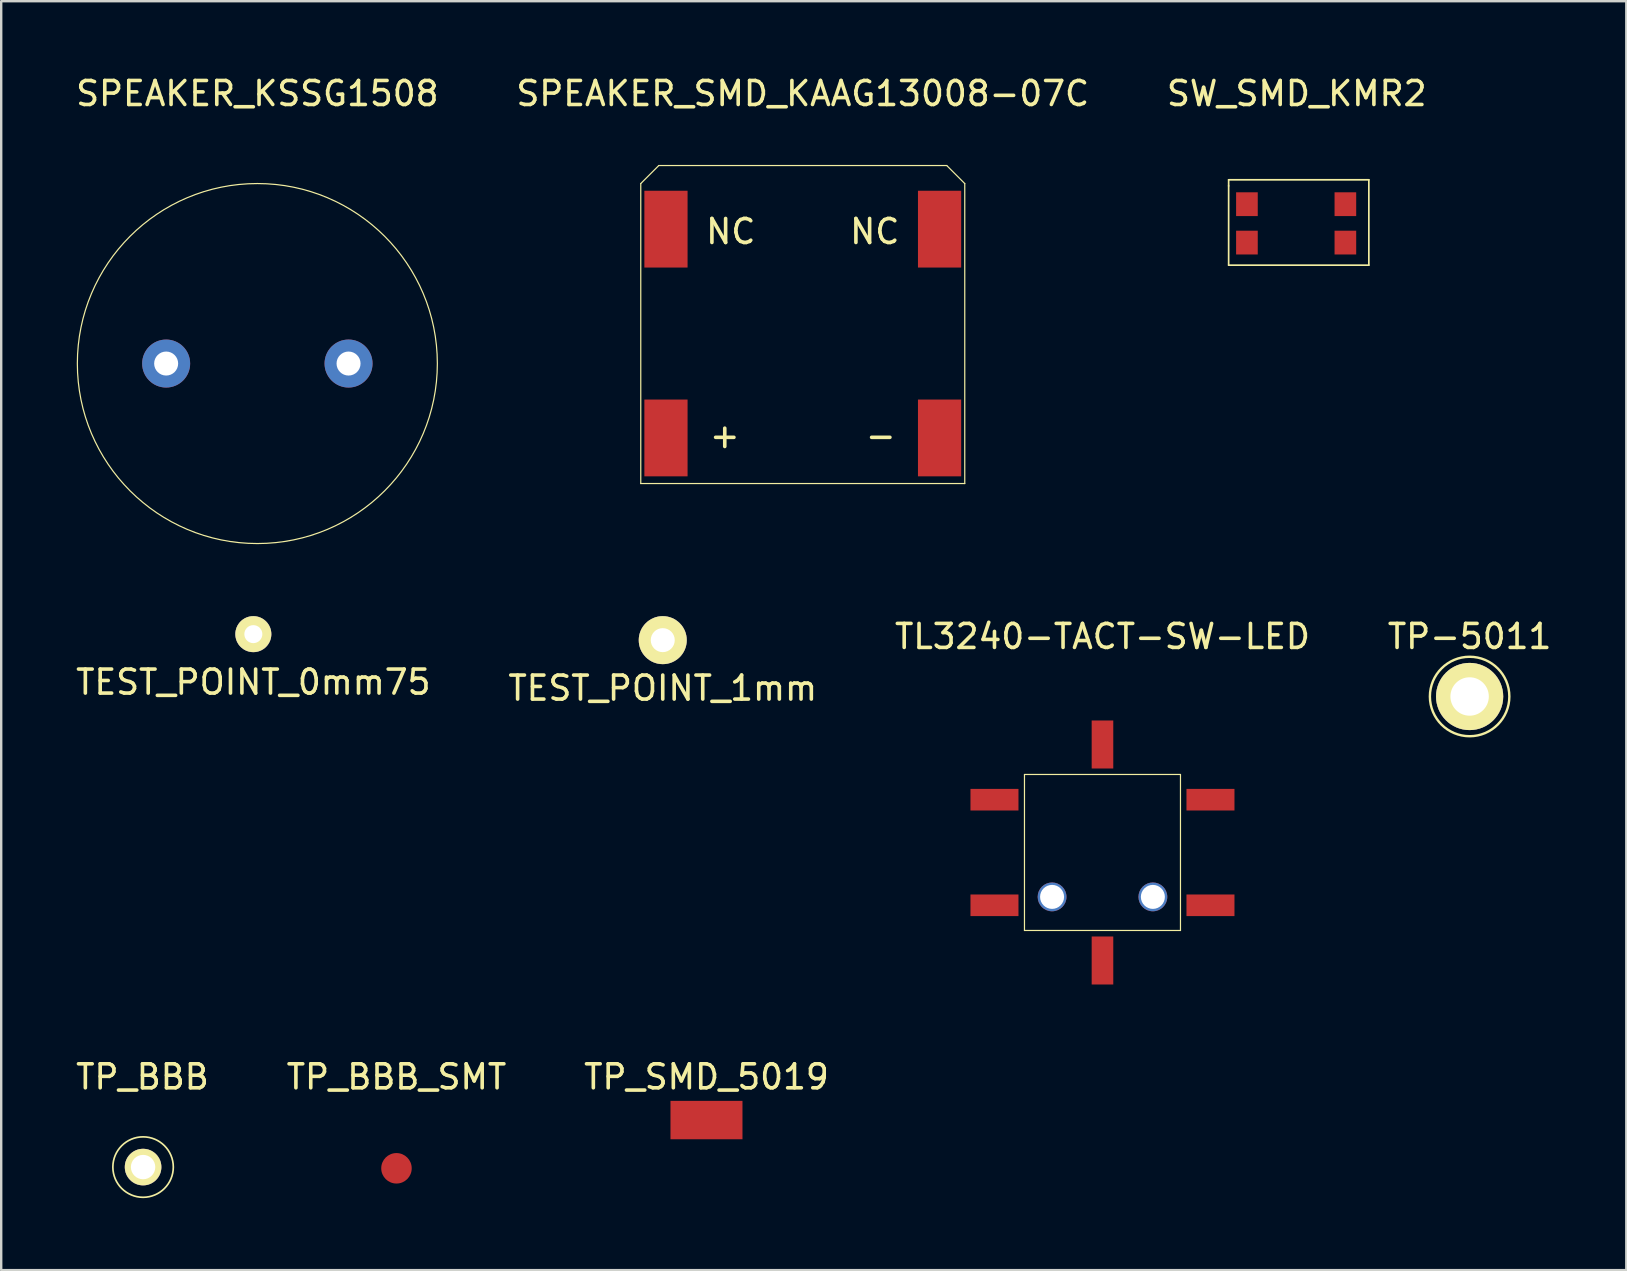
<source format=kicad_pcb>
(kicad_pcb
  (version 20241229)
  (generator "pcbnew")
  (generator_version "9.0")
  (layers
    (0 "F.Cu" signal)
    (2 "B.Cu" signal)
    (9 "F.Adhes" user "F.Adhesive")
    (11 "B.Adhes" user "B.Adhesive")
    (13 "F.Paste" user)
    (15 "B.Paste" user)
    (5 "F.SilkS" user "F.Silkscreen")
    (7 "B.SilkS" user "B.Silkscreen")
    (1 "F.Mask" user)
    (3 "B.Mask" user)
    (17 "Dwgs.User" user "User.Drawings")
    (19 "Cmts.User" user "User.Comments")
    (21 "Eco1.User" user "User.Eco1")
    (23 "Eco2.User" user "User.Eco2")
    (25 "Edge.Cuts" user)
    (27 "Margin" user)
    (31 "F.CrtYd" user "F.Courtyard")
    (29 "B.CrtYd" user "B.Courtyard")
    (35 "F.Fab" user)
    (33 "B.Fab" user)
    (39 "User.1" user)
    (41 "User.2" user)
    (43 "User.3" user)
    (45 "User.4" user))
  (footprint "TEST_POINT_1mm"
    (layer "F.Cu")
    (at 24.565 23.623)
    (property "Reference" "TEST_POINT_1mm" (at 0 2 0) (layer "F.SilkS") (effects (font (size 1 1) (thickness 0.15))))
    (attr through_hole)
    (pad "1" thru_hole circle (at 0 0) (size 2 2) (drill 1) (layers "*.Cu" "*.Mask" "F.SilkS")))
  (footprint "TL3240-TACT-SW-LED"
    (layer "F.Cu")
    (at 42.887 32.471)
    (property "Reference" "TL3240-TACT-SW-LED" (at 0 -9 0) (layer "F.SilkS") (effects (font (size 1 1) (thickness 0.15))))
    (attr through_hole)
    (fp_line (start -3.25 -3.25) (end -3.25 3.25) (stroke (width 0.05) (type solid)) (layer "F.SilkS"))
    (fp_line (start -3.25 3.25) (end 3.25 3.25) (stroke (width 0.05) (type solid)) (layer "F.SilkS"))
    (fp_line (start 3.25 -3.25) (end -3.25 -3.25) (stroke (width 0.05) (type solid)) (layer "F.SilkS"))
    (fp_line (start 3.25 3.25) (end 3.25 -3.25) (stroke (width 0.05) (type solid)) (layer "F.SilkS"))
    (pad "" np_thru_hole circle (at -2.1 1.85 90) (size 1.2 1.2) (drill 1) (layers "*.Cu" "*.Mask"))
    (pad "" np_thru_hole circle (at 2.1 1.85 90) (size 1.2 1.2) (drill 1) (layers "*.Cu" "*.Mask"))
    (pad "1" smd rect (at 4.5 -2.2) (size 2 0.9) (layers "F.Cu" "F.Mask" "F.Paste"))
    (pad "2" smd rect (at -4.5 -2.2) (size 2 0.9) (layers "F.Cu" "F.Mask" "F.Paste"))
    (pad "3" smd rect (at 4.5 2.2) (size 2 0.9) (layers "F.Cu" "F.Mask" "F.Paste"))
    (pad "4" smd rect (at -4.5 2.2) (size 2 0.9) (layers "F.Cu" "F.Mask" "F.Paste"))
    (pad "5" smd rect (at 0 4.5 90) (size 2 0.9) (layers "F.Cu" "F.Mask" "F.Paste"))
    (pad "6" smd rect (at 0 -4.5 90) (size 2 0.9) (layers "F.Cu" "F.Mask" "F.Paste")))
  (footprint "TP_SMD_5019"
    (layer "F.Cu")
    (at 26.387 43.62)
    (property "Reference" "TP_SMD_5019" (at 0 -1.8 0) (layer "F.SilkS") (effects (font (size 1 1) (thickness 0.15))))
    (attr through_hole)
    (pad "1" smd rect (at 0 0) (size 3 1.6) (layers "F.Cu" "F.Mask" "F.Paste")))
  (footprint "SPEAKER_SMD_KAAG13008-07C"
    (layer "F.Cu")
    (at 30.399 10.848)
    (property "Reference" "SPEAKER_SMD_KAAG13008-07C" (at 0 -10 0) (layer "F.SilkS") (effects (font (size 1 1) (thickness 0.15))))
    (attr through_hole)
    (fp_line (start -6.75 -6.25) (end -6.75 6.25) (stroke (width 0.05) (type solid)) (layer "F.SilkS"))
    (fp_line (start -6.75 6.25) (end 6.75 6.25) (stroke (width 0.05) (type solid)) (layer "F.SilkS"))
    (fp_line (start -6 -7) (end -6.75 -6.25) (stroke (width 0.05) (type solid)) (layer "F.SilkS"))
    (fp_line (start 6 -7) (end -6 -7) (stroke (width 0.05) (type solid)) (layer "F.SilkS"))
    (fp_line (start 6.75 -6.25) (end 6 -7) (stroke (width 0.05) (type solid)) (layer "F.SilkS"))
    (fp_line (start 6.75 6.25) (end 6.75 -6.25) (stroke (width 0.05) (type solid)) (layer "F.SilkS"))
    (fp_text user "NC" (at 3 -4.25 0) (layer "F.SilkS") (effects (font (size 1 1) (thickness 0.15))))
    (fp_text user "-" (at 3.25 4.25 0) (layer "F.SilkS") (effects (font (size 1 1) (thickness 0.15))))
    (fp_text user "+" (at -3.25 4.25 0) (layer "F.SilkS") (effects (font (size 1 1) (thickness 0.15))))
    (fp_text user "NC" (at -3 -4.25 0) (layer "F.SilkS") (effects (font (size 1 1) (thickness 0.15))))
    (pad "" smd rect (at -5.7 -4.35) (size 1.8 3.2) (layers "F.Cu" "F.Mask" "F.Paste"))
    (pad "" smd rect (at 5.7 -4.35) (size 1.8 3.2) (layers "F.Cu" "F.Mask" "F.Paste"))
    (pad "1" smd rect (at -5.7 4.35) (size 1.8 3.2) (layers "F.Cu" "F.Mask" "F.Paste"))
    (pad "2" smd rect (at 5.7 4.35) (size 1.8 3.2) (layers "F.Cu" "F.Mask" "F.Paste")))
  (footprint "SPEAKER_KSSG1508"
    (layer "F.Cu")
    (at 7.673 12.098)
    (property "Reference" "SPEAKER_KSSG1508" (at 0 -11.25 0) (layer "F.SilkS") (effects (font (size 1 1) (thickness 0.15))))
    (attr through_hole)
    (fp_circle (center 0 0) (end 0 7.5) (stroke (width 0.05) (type solid)) (fill no) (layer "F.SilkS"))
    (pad "1" thru_hole circle (at -3.8 0) (size 2 2) (drill 1) (layers "*.Cu" "*.Mask"))
    (pad "2" thru_hole circle (at 3.8 0) (size 2 2) (drill 1) (layers "*.Cu" "*.Mask")))
  (footprint "TEST_POINT_0mm75"
    (layer "F.Cu")
    (at 7.506 23.373)
    (property "Reference" "TEST_POINT_0mm75" (at 0 2 0) (layer "F.SilkS") (effects (font (size 1 1) (thickness 0.15))))
    (attr through_hole)
    (pad "1" thru_hole circle (at 0 0) (size 1.5 1.5) (drill 0.75) (layers "*.Cu" "*.Mask" "F.SilkS")))
  (footprint "TP_BBB"
    (layer "F.Cu")
    (at 2.912 45.579)
    (property "Reference" "TP_BBB" (at -0.025 -3.759 0) (layer "F.SilkS") (effects (font (size 1 1) (thickness 0.15))))
    (attr through_hole)
    (fp_circle (center 0 0) (end 0.838 0.94) (stroke (width 0.07) (type solid)) (fill no) (layer "F.SilkS"))
    (pad "1" thru_hole circle (at 0 0) (size 1.524 1.524) (drill 1.016) (layers "*.Cu" "*.Mask" "F.SilkS")))
  (footprint "TP_BBB_SMT"
    (layer "F.Cu")
    (at 13.47 45.63)
    (property "Reference" "TP_BBB_SMT" (at 0 -3.81 0) (layer "F.SilkS") (effects (font (size 1 1) (thickness 0.15))))
    (attr through_hole)
    (pad "1" smd circle (at 0 0) (size 1.27 1.27) (layers "F.Cu" "F.Mask" "F.Paste")))
  (footprint "SW_SMD_KMR2"
    (layer "F.Cu")
    (at 50.957 6.258)
    (property "Reference" "SW_SMD_KMR2" (at 0.025 -5.41 0) (layer "F.SilkS") (effects (font (size 1 1) (thickness 0.15))))
    (attr through_hole)
    (fp_line (start -2.813 -1.816) (end -2.813 -1.562) (stroke (width 0.07) (type solid)) (layer "F.SilkS"))
    (fp_line (start -2.813 -1.562) (end -2.813 1.74) (stroke (width 0.07) (type solid)) (layer "F.SilkS"))
    (fp_line (start -2.813 1.74) (end 3.029 1.74) (stroke (width 0.07) (type solid)) (layer "F.SilkS"))
    (fp_line (start 3.029 -1.816) (end -2.813 -1.816) (stroke (width 0.07) (type solid)) (layer "F.SilkS"))
    (fp_line (start 3.029 1.74) (end 3.029 -1.816) (stroke (width 0.07) (type solid)) (layer "F.SilkS"))
    (pad "1" smd rect (at -2.051 -0.8) (size 0.902 0.991) (layers "F.Cu" "F.Mask" "F.Paste"))
    (pad "1" smd rect (at 2.051 -0.8) (size 0.902 0.991) (layers "F.Cu" "F.Mask" "F.Paste"))
    (pad "2" smd rect (at -2.051 0.8) (size 0.902 0.991) (layers "F.Cu" "F.Mask" "F.Paste"))
    (pad "2" smd rect (at 2.051 0.8) (size 0.902 0.991) (layers "F.Cu" "F.Mask" "F.Paste")))
  (footprint "TP-5011"
    (layer "F.Cu")
    (at 58.185 25.971)
    (property "Reference" "TP-5011" (at 0 -2.5 0) (layer "F.SilkS") (effects (font (size 1 1) (thickness 0.15))))
    (attr through_hole)
    (fp_circle (center 0 0) (end 0.7 1.5) (stroke (width 0.1) (type solid)) (fill no) (layer "F.SilkS"))
    (pad "1" thru_hole circle (at 0 0) (size 2.8 2.8) (drill 1.6) (layers "*.Cu" "*.Mask" "F.SilkS")))
  (gr_rect
    (start -3 -3)
    (end 64.714 49.873)
    (stroke (width 0.1) (type default))
    (fill no)
    (layer "Edge.Cuts")))
</source>
